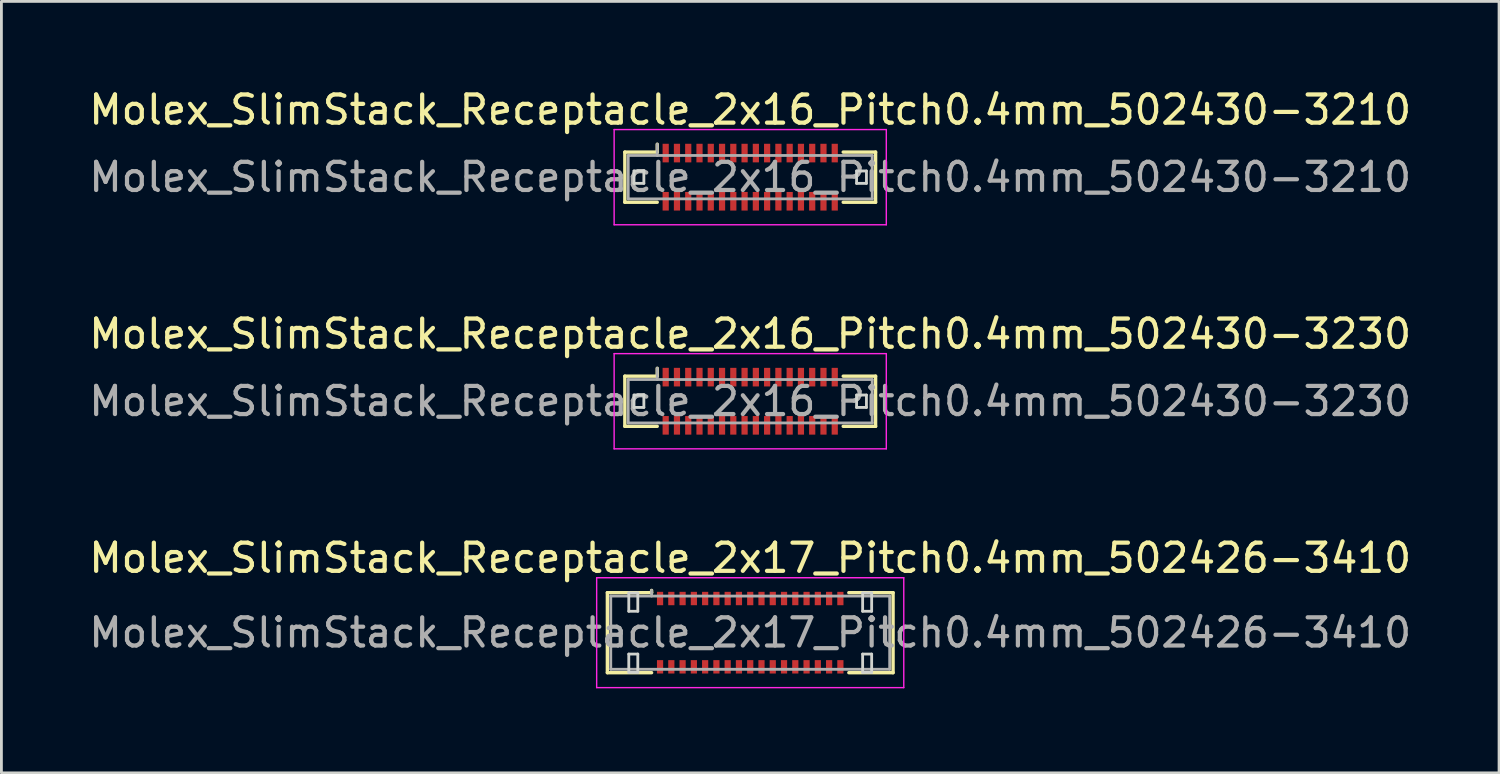
<source format=kicad_pcb>
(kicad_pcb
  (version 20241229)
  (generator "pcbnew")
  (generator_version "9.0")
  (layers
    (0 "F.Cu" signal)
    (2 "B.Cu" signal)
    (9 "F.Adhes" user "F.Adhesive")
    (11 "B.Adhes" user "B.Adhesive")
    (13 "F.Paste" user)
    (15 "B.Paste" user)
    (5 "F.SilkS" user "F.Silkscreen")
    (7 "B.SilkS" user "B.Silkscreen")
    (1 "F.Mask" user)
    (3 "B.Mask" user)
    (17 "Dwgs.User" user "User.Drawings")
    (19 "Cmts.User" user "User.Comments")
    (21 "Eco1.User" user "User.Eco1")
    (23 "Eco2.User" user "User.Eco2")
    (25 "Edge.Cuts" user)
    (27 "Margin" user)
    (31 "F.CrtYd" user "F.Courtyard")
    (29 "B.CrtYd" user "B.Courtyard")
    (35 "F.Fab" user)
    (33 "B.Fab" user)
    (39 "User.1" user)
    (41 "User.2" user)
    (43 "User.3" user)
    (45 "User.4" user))
  (footprint "Molex_SlimStack_Receptacle_2x16_Pitch0.4mm_502430-3210"
    (layer "F.Cu")
    (at 23.577 3.238)
    (property "Reference" "Molex_SlimStack_Receptacle_2x16_Pitch0.4mm_502430-3210" (at 0 -2.39 0) (layer "F.SilkS") (effects (font (size 1 1) (thickness 0.15))))
    (attr smd)
    (fp_line (start -4.45 -0.89) (end -3.3 -0.89) (stroke (width 0.12) (type solid)) (layer "F.SilkS"))
    (fp_line (start -4.45 0.89) (end -4.45 -0.89) (stroke (width 0.12) (type solid)) (layer "F.SilkS"))
    (fp_line (start -3.3 -0.89) (end -3.3 -1.17) (stroke (width 0.12) (type solid)) (layer "F.SilkS"))
    (fp_line (start -3.3 0.89) (end -4.45 0.89) (stroke (width 0.12) (type solid)) (layer "F.SilkS"))
    (fp_line (start 3.3 0.89) (end 4.45 0.89) (stroke (width 0.12) (type solid)) (layer "F.SilkS"))
    (fp_line (start 4.45 -0.89) (end 3.3 -0.89) (stroke (width 0.12) (type solid)) (layer "F.SilkS"))
    (fp_line (start 4.45 0.89) (end 4.45 -0.89) (stroke (width 0.12) (type solid)) (layer "F.SilkS"))
    (fp_line (start -4.125 -0.22) (end -4.125 0.22) (stroke (width 0.1) (type solid)) (layer "Edge.Cuts"))
    (fp_line (start -4.125 0.22) (end -3.775 0.22) (stroke (width 0.1) (type solid)) (layer "Edge.Cuts"))
    (fp_line (start -3.775 -0.22) (end -4.125 -0.22) (stroke (width 0.1) (type solid)) (layer "Edge.Cuts"))
    (fp_line (start -3.775 0.22) (end -3.775 -0.22) (stroke (width 0.1) (type solid)) (layer "Edge.Cuts"))
    (fp_line (start 3.775 -0.22) (end 3.775 0.22) (stroke (width 0.1) (type solid)) (layer "Edge.Cuts"))
    (fp_line (start 3.775 0.22) (end 4.125 0.22) (stroke (width 0.1) (type solid)) (layer "Edge.Cuts"))
    (fp_line (start 4.125 -0.22) (end 3.775 -0.22) (stroke (width 0.1) (type solid)) (layer "Edge.Cuts"))
    (fp_line (start 4.125 0.22) (end 4.125 -0.22) (stroke (width 0.1) (type solid)) (layer "Edge.Cuts"))
    (fp_line (start -4.83 -1.69) (end -4.83 1.69) (stroke (width 0.05) (type solid)) (layer "F.CrtYd"))
    (fp_line (start -4.83 1.69) (end 4.83 1.69) (stroke (width 0.05) (type solid)) (layer "F.CrtYd"))
    (fp_line (start 4.83 -1.69) (end -4.83 -1.69) (stroke (width 0.05) (type solid)) (layer "F.CrtYd"))
    (fp_line (start 4.83 1.69) (end 4.83 -1.69) (stroke (width 0.05) (type solid)) (layer "F.CrtYd"))
    (fp_line (start -4.33 -0.77) (end -4.33 0.77) (stroke (width 0.1) (type solid)) (layer "F.Fab"))
    (fp_line (start -4.33 0.77) (end 4.33 0.77) (stroke (width 0.1) (type solid)) (layer "F.Fab"))
    (fp_line (start -3.3 -0.77) (end -3.3 -1.17) (stroke (width 0.1) (type solid)) (layer "F.Fab"))
    (fp_line (start 4.33 -0.77) (end -4.33 -0.77) (stroke (width 0.1) (type solid)) (layer "F.Fab"))
    (fp_line (start 4.33 0.77) (end 4.33 -0.77) (stroke (width 0.1) (type solid)) (layer "F.Fab"))
    (fp_text user "${REFERENCE}" (at 0 0 0) (layer "F.Fab") (effects (font (size 1 1) (thickness 0.15))))
    (pad "1" smd rect (at -3 -0.855) (size 0.22 0.66) (layers "F.Cu" "F.Mask" "F.Paste"))
    (pad "2" smd rect (at -3 0.855) (size 0.22 0.66) (layers "F.Cu" "F.Mask" "F.Paste"))
    (pad "3" smd rect (at -2.6 -0.855) (size 0.22 0.66) (layers "F.Cu" "F.Mask" "F.Paste"))
    (pad "4" smd rect (at -2.6 0.855) (size 0.22 0.66) (layers "F.Cu" "F.Mask" "F.Paste"))
    (pad "5" smd rect (at -2.2 -0.855) (size 0.22 0.66) (layers "F.Cu" "F.Mask" "F.Paste"))
    (pad "6" smd rect (at -2.2 0.855) (size 0.22 0.66) (layers "F.Cu" "F.Mask" "F.Paste"))
    (pad "7" smd rect (at -1.8 -0.855) (size 0.22 0.66) (layers "F.Cu" "F.Mask" "F.Paste"))
    (pad "8" smd rect (at -1.8 0.855) (size 0.22 0.66) (layers "F.Cu" "F.Mask" "F.Paste"))
    (pad "9" smd rect (at -1.4 -0.855) (size 0.22 0.66) (layers "F.Cu" "F.Mask" "F.Paste"))
    (pad "10" smd rect (at -1.4 0.855) (size 0.22 0.66) (layers "F.Cu" "F.Mask" "F.Paste"))
    (pad "11" smd rect (at -1 -0.855) (size 0.22 0.66) (layers "F.Cu" "F.Mask" "F.Paste"))
    (pad "12" smd rect (at -1 0.855) (size 0.22 0.66) (layers "F.Cu" "F.Mask" "F.Paste"))
    (pad "13" smd rect (at -0.6 -0.855) (size 0.22 0.66) (layers "F.Cu" "F.Mask" "F.Paste"))
    (pad "14" smd rect (at -0.6 0.855) (size 0.22 0.66) (layers "F.Cu" "F.Mask" "F.Paste"))
    (pad "15" smd rect (at -0.2 -0.855) (size 0.22 0.66) (layers "F.Cu" "F.Mask" "F.Paste"))
    (pad "16" smd rect (at -0.2 0.855) (size 0.22 0.66) (layers "F.Cu" "F.Mask" "F.Paste"))
    (pad "17" smd rect (at 0.2 -0.855) (size 0.22 0.66) (layers "F.Cu" "F.Mask" "F.Paste"))
    (pad "18" smd rect (at 0.2 0.855) (size 0.22 0.66) (layers "F.Cu" "F.Mask" "F.Paste"))
    (pad "19" smd rect (at 0.6 -0.855) (size 0.22 0.66) (layers "F.Cu" "F.Mask" "F.Paste"))
    (pad "20" smd rect (at 0.6 0.855) (size 0.22 0.66) (layers "F.Cu" "F.Mask" "F.Paste"))
    (pad "21" smd rect (at 1 -0.855) (size 0.22 0.66) (layers "F.Cu" "F.Mask" "F.Paste"))
    (pad "22" smd rect (at 1 0.855) (size 0.22 0.66) (layers "F.Cu" "F.Mask" "F.Paste"))
    (pad "23" smd rect (at 1.4 -0.855) (size 0.22 0.66) (layers "F.Cu" "F.Mask" "F.Paste"))
    (pad "24" smd rect (at 1.4 0.855) (size 0.22 0.66) (layers "F.Cu" "F.Mask" "F.Paste"))
    (pad "25" smd rect (at 1.8 -0.855) (size 0.22 0.66) (layers "F.Cu" "F.Mask" "F.Paste"))
    (pad "26" smd rect (at 1.8 0.855) (size 0.22 0.66) (layers "F.Cu" "F.Mask" "F.Paste"))
    (pad "27" smd rect (at 2.2 -0.855) (size 0.22 0.66) (layers "F.Cu" "F.Mask" "F.Paste"))
    (pad "28" smd rect (at 2.2 0.855) (size 0.22 0.66) (layers "F.Cu" "F.Mask" "F.Paste"))
    (pad "29" smd rect (at 2.6 -0.855) (size 0.22 0.66) (layers "F.Cu" "F.Mask" "F.Paste"))
    (pad "30" smd rect (at 2.6 0.855) (size 0.22 0.66) (layers "F.Cu" "F.Mask" "F.Paste"))
    (pad "31" smd rect (at 3 -0.855) (size 0.22 0.66) (layers "F.Cu" "F.Mask" "F.Paste"))
    (pad "32" smd rect (at 3 0.855) (size 0.22 0.66) (layers "F.Cu" "F.Mask" "F.Paste")))
  (footprint "Molex_SlimStack_Receptacle_2x17_Pitch0.4mm_502426-3410"
    (layer "F.Cu")
    (at 23.577 19.405)
    (property "Reference" "Molex_SlimStack_Receptacle_2x17_Pitch0.4mm_502426-3410" (at 0 -2.65 0) (layer "F.SilkS") (effects (font (size 1 1) (thickness 0.15))))
    (attr smd)
    (fp_line (start -5.07 -1.42) (end -3.5 -1.42) (stroke (width 0.12) (type solid)) (layer "F.SilkS"))
    (fp_line (start -5.07 1.42) (end -5.07 -1.42) (stroke (width 0.12) (type solid)) (layer "F.SilkS"))
    (fp_line (start -3.5 -1.42) (end -3.5 -1.5) (stroke (width 0.12) (type solid)) (layer "F.SilkS"))
    (fp_line (start -3.5 1.42) (end -5.07 1.42) (stroke (width 0.12) (type solid)) (layer "F.SilkS"))
    (fp_line (start 3.5 1.42) (end 5.07 1.42) (stroke (width 0.12) (type solid)) (layer "F.SilkS"))
    (fp_line (start 5.07 -1.42) (end 3.5 -1.42) (stroke (width 0.12) (type solid)) (layer "F.SilkS"))
    (fp_line (start 5.07 1.42) (end 5.07 -1.42) (stroke (width 0.12) (type solid)) (layer "F.SilkS"))
    (fp_line (start -4.31 -1.41) (end -4.31 -0.76) (stroke (width 0.1) (type solid)) (layer "Edge.Cuts"))
    (fp_line (start -4.31 -0.76) (end -3.99 -0.76) (stroke (width 0.1) (type solid)) (layer "Edge.Cuts"))
    (fp_line (start -4.31 0.76) (end -4.31 1.41) (stroke (width 0.1) (type solid)) (layer "Edge.Cuts"))
    (fp_line (start -4.31 1.41) (end -3.99 1.41) (stroke (width 0.1) (type solid)) (layer "Edge.Cuts"))
    (fp_line (start -3.99 -1.41) (end -4.31 -1.41) (stroke (width 0.1) (type solid)) (layer "Edge.Cuts"))
    (fp_line (start -3.99 -0.76) (end -3.99 -1.41) (stroke (width 0.1) (type solid)) (layer "Edge.Cuts"))
    (fp_line (start -3.99 0.76) (end -4.31 0.76) (stroke (width 0.1) (type solid)) (layer "Edge.Cuts"))
    (fp_line (start -3.99 1.41) (end -3.99 0.76) (stroke (width 0.1) (type solid)) (layer "Edge.Cuts"))
    (fp_line (start 3.99 -1.41) (end 3.99 -0.76) (stroke (width 0.1) (type solid)) (layer "Edge.Cuts"))
    (fp_line (start 3.99 -0.76) (end 4.31 -0.76) (stroke (width 0.1) (type solid)) (layer "Edge.Cuts"))
    (fp_line (start 3.99 0.76) (end 3.99 1.41) (stroke (width 0.1) (type solid)) (layer "Edge.Cuts"))
    (fp_line (start 3.99 1.41) (end 4.31 1.41) (stroke (width 0.1) (type solid)) (layer "Edge.Cuts"))
    (fp_line (start 4.31 -1.41) (end 3.99 -1.41) (stroke (width 0.1) (type solid)) (layer "Edge.Cuts"))
    (fp_line (start 4.31 -0.76) (end 4.31 -1.41) (stroke (width 0.1) (type solid)) (layer "Edge.Cuts"))
    (fp_line (start 4.31 0.76) (end 3.99 0.76) (stroke (width 0.1) (type solid)) (layer "Edge.Cuts"))
    (fp_line (start 4.31 1.41) (end 4.31 0.76) (stroke (width 0.1) (type solid)) (layer "Edge.Cuts"))
    (fp_line (start -5.45 -1.95) (end -5.45 1.95) (stroke (width 0.05) (type solid)) (layer "F.CrtYd"))
    (fp_line (start -5.45 1.95) (end 5.45 1.95) (stroke (width 0.05) (type solid)) (layer "F.CrtYd"))
    (fp_line (start 5.45 -1.95) (end -5.45 -1.95) (stroke (width 0.05) (type solid)) (layer "F.CrtYd"))
    (fp_line (start 5.45 1.95) (end 5.45 -1.95) (stroke (width 0.05) (type solid)) (layer "F.CrtYd"))
    (fp_line (start -4.95 -1.3) (end -4.95 1.3) (stroke (width 0.1) (type solid)) (layer "F.Fab"))
    (fp_line (start -4.95 1.3) (end 4.95 1.3) (stroke (width 0.1) (type solid)) (layer "F.Fab"))
    (fp_line (start -3.5 -1.3) (end -3.5 -1.5) (stroke (width 0.1) (type solid)) (layer "F.Fab"))
    (fp_line (start 4.95 -1.3) (end -4.95 -1.3) (stroke (width 0.1) (type solid)) (layer "F.Fab"))
    (fp_line (start 4.95 1.3) (end 4.95 -1.3) (stroke (width 0.1) (type solid)) (layer "F.Fab"))
    (fp_text user "${REFERENCE}" (at 0 0 0) (layer "F.Fab") (effects (font (size 1 1) (thickness 0.15))))
    (pad "1" smd rect (at -3.2 -1.212) (size 0.22 0.475) (layers "F.Cu" "F.Mask" "F.Paste"))
    (pad "2" smd rect (at -3.2 1.212) (size 0.22 0.475) (layers "F.Cu" "F.Mask" "F.Paste"))
    (pad "3" smd rect (at -2.8 -1.212) (size 0.22 0.475) (layers "F.Cu" "F.Mask" "F.Paste"))
    (pad "4" smd rect (at -2.8 1.212) (size 0.22 0.475) (layers "F.Cu" "F.Mask" "F.Paste"))
    (pad "5" smd rect (at -2.4 -1.212) (size 0.22 0.475) (layers "F.Cu" "F.Mask" "F.Paste"))
    (pad "6" smd rect (at -2.4 1.212) (size 0.22 0.475) (layers "F.Cu" "F.Mask" "F.Paste"))
    (pad "7" smd rect (at -2 -1.212) (size 0.22 0.475) (layers "F.Cu" "F.Mask" "F.Paste"))
    (pad "8" smd rect (at -2 1.212) (size 0.22 0.475) (layers "F.Cu" "F.Mask" "F.Paste"))
    (pad "9" smd rect (at -1.6 -1.212) (size 0.22 0.475) (layers "F.Cu" "F.Mask" "F.Paste"))
    (pad "10" smd rect (at -1.6 1.212) (size 0.22 0.475) (layers "F.Cu" "F.Mask" "F.Paste"))
    (pad "11" smd rect (at -1.2 -1.212) (size 0.22 0.475) (layers "F.Cu" "F.Mask" "F.Paste"))
    (pad "12" smd rect (at -1.2 1.212) (size 0.22 0.475) (layers "F.Cu" "F.Mask" "F.Paste"))
    (pad "13" smd rect (at -0.8 -1.212) (size 0.22 0.475) (layers "F.Cu" "F.Mask" "F.Paste"))
    (pad "14" smd rect (at -0.8 1.212) (size 0.22 0.475) (layers "F.Cu" "F.Mask" "F.Paste"))
    (pad "15" smd rect (at -0.4 -1.212) (size 0.22 0.475) (layers "F.Cu" "F.Mask" "F.Paste"))
    (pad "16" smd rect (at -0.4 1.212) (size 0.22 0.475) (layers "F.Cu" "F.Mask" "F.Paste"))
    (pad "17" smd rect (at 0 -1.212) (size 0.22 0.475) (layers "F.Cu" "F.Mask" "F.Paste"))
    (pad "18" smd rect (at 0 1.212) (size 0.22 0.475) (layers "F.Cu" "F.Mask" "F.Paste"))
    (pad "19" smd rect (at 0.4 -1.212) (size 0.22 0.475) (layers "F.Cu" "F.Mask" "F.Paste"))
    (pad "20" smd rect (at 0.4 1.212) (size 0.22 0.475) (layers "F.Cu" "F.Mask" "F.Paste"))
    (pad "21" smd rect (at 0.8 -1.212) (size 0.22 0.475) (layers "F.Cu" "F.Mask" "F.Paste"))
    (pad "22" smd rect (at 0.8 1.212) (size 0.22 0.475) (layers "F.Cu" "F.Mask" "F.Paste"))
    (pad "23" smd rect (at 1.2 -1.212) (size 0.22 0.475) (layers "F.Cu" "F.Mask" "F.Paste"))
    (pad "24" smd rect (at 1.2 1.212) (size 0.22 0.475) (layers "F.Cu" "F.Mask" "F.Paste"))
    (pad "25" smd rect (at 1.6 -1.212) (size 0.22 0.475) (layers "F.Cu" "F.Mask" "F.Paste"))
    (pad "26" smd rect (at 1.6 1.212) (size 0.22 0.475) (layers "F.Cu" "F.Mask" "F.Paste"))
    (pad "27" smd rect (at 2 -1.212) (size 0.22 0.475) (layers "F.Cu" "F.Mask" "F.Paste"))
    (pad "28" smd rect (at 2 1.212) (size 0.22 0.475) (layers "F.Cu" "F.Mask" "F.Paste"))
    (pad "29" smd rect (at 2.4 -1.212) (size 0.22 0.475) (layers "F.Cu" "F.Mask" "F.Paste"))
    (pad "30" smd rect (at 2.4 1.212) (size 0.22 0.475) (layers "F.Cu" "F.Mask" "F.Paste"))
    (pad "31" smd rect (at 2.8 -1.212) (size 0.22 0.475) (layers "F.Cu" "F.Mask" "F.Paste"))
    (pad "32" smd rect (at 2.8 1.212) (size 0.22 0.475) (layers "F.Cu" "F.Mask" "F.Paste"))
    (pad "33" smd rect (at 3.2 -1.212) (size 0.22 0.475) (layers "F.Cu" "F.Mask" "F.Paste"))
    (pad "34" smd rect (at 3.2 1.212) (size 0.22 0.475) (layers "F.Cu" "F.Mask" "F.Paste")))
  (footprint "Molex_SlimStack_Receptacle_2x16_Pitch0.4mm_502430-3230"
    (layer "F.Cu")
    (at 23.577 11.191)
    (property "Reference" "Molex_SlimStack_Receptacle_2x16_Pitch0.4mm_502430-3230" (at 0 -2.39 0) (layer "F.SilkS") (effects (font (size 1 1) (thickness 0.15))))
    (attr smd)
    (fp_line (start -4.45 -0.89) (end -3.3 -0.89) (stroke (width 0.12) (type solid)) (layer "F.SilkS"))
    (fp_line (start -4.45 0.89) (end -4.45 -0.89) (stroke (width 0.12) (type solid)) (layer "F.SilkS"))
    (fp_line (start -3.3 -0.89) (end -3.3 -1.17) (stroke (width 0.12) (type solid)) (layer "F.SilkS"))
    (fp_line (start -3.3 0.89) (end -4.45 0.89) (stroke (width 0.12) (type solid)) (layer "F.SilkS"))
    (fp_line (start 3.3 0.89) (end 4.45 0.89) (stroke (width 0.12) (type solid)) (layer "F.SilkS"))
    (fp_line (start 4.45 -0.89) (end 3.3 -0.89) (stroke (width 0.12) (type solid)) (layer "F.SilkS"))
    (fp_line (start 4.45 0.89) (end 4.45 -0.89) (stroke (width 0.12) (type solid)) (layer "F.SilkS"))
    (fp_line (start -4.125 -0.22) (end -4.125 0.22) (stroke (width 0.1) (type solid)) (layer "Edge.Cuts"))
    (fp_line (start -4.125 0.22) (end -3.775 0.22) (stroke (width 0.1) (type solid)) (layer "Edge.Cuts"))
    (fp_line (start -3.775 -0.22) (end -4.125 -0.22) (stroke (width 0.1) (type solid)) (layer "Edge.Cuts"))
    (fp_line (start -3.775 0.22) (end -3.775 -0.22) (stroke (width 0.1) (type solid)) (layer "Edge.Cuts"))
    (fp_line (start 3.775 -0.22) (end 3.775 0.22) (stroke (width 0.1) (type solid)) (layer "Edge.Cuts"))
    (fp_line (start 3.775 0.22) (end 4.125 0.22) (stroke (width 0.1) (type solid)) (layer "Edge.Cuts"))
    (fp_line (start 4.125 -0.22) (end 3.775 -0.22) (stroke (width 0.1) (type solid)) (layer "Edge.Cuts"))
    (fp_line (start 4.125 0.22) (end 4.125 -0.22) (stroke (width 0.1) (type solid)) (layer "Edge.Cuts"))
    (fp_line (start -4.83 -1.69) (end -4.83 1.69) (stroke (width 0.05) (type solid)) (layer "F.CrtYd"))
    (fp_line (start -4.83 1.69) (end 4.83 1.69) (stroke (width 0.05) (type solid)) (layer "F.CrtYd"))
    (fp_line (start 4.83 -1.69) (end -4.83 -1.69) (stroke (width 0.05) (type solid)) (layer "F.CrtYd"))
    (fp_line (start 4.83 1.69) (end 4.83 -1.69) (stroke (width 0.05) (type solid)) (layer "F.CrtYd"))
    (fp_line (start -4.33 -0.77) (end -4.33 0.77) (stroke (width 0.1) (type solid)) (layer "F.Fab"))
    (fp_line (start -4.33 0.77) (end 4.33 0.77) (stroke (width 0.1) (type solid)) (layer "F.Fab"))
    (fp_line (start -3.3 -0.77) (end -3.3 -1.17) (stroke (width 0.1) (type solid)) (layer "F.Fab"))
    (fp_line (start 4.33 -0.77) (end -4.33 -0.77) (stroke (width 0.1) (type solid)) (layer "F.Fab"))
    (fp_line (start 4.33 0.77) (end 4.33 -0.77) (stroke (width 0.1) (type solid)) (layer "F.Fab"))
    (fp_text user "${REFERENCE}" (at 0 0 0) (layer "F.Fab") (effects (font (size 1 1) (thickness 0.15))))
    (pad "1" smd rect (at -3 -0.855) (size 0.22 0.66) (layers "F.Cu" "F.Mask" "F.Paste"))
    (pad "2" smd rect (at -3 0.855) (size 0.22 0.66) (layers "F.Cu" "F.Mask" "F.Paste"))
    (pad "3" smd rect (at -2.6 -0.855) (size 0.22 0.66) (layers "F.Cu" "F.Mask" "F.Paste"))
    (pad "4" smd rect (at -2.6 0.855) (size 0.22 0.66) (layers "F.Cu" "F.Mask" "F.Paste"))
    (pad "5" smd rect (at -2.2 -0.855) (size 0.22 0.66) (layers "F.Cu" "F.Mask" "F.Paste"))
    (pad "6" smd rect (at -2.2 0.855) (size 0.22 0.66) (layers "F.Cu" "F.Mask" "F.Paste"))
    (pad "7" smd rect (at -1.8 -0.855) (size 0.22 0.66) (layers "F.Cu" "F.Mask" "F.Paste"))
    (pad "8" smd rect (at -1.8 0.855) (size 0.22 0.66) (layers "F.Cu" "F.Mask" "F.Paste"))
    (pad "9" smd rect (at -1.4 -0.855) (size 0.22 0.66) (layers "F.Cu" "F.Mask" "F.Paste"))
    (pad "10" smd rect (at -1.4 0.855) (size 0.22 0.66) (layers "F.Cu" "F.Mask" "F.Paste"))
    (pad "11" smd rect (at -1 -0.855) (size 0.22 0.66) (layers "F.Cu" "F.Mask" "F.Paste"))
    (pad "12" smd rect (at -1 0.855) (size 0.22 0.66) (layers "F.Cu" "F.Mask" "F.Paste"))
    (pad "13" smd rect (at -0.6 -0.855) (size 0.22 0.66) (layers "F.Cu" "F.Mask" "F.Paste"))
    (pad "14" smd rect (at -0.6 0.855) (size 0.22 0.66) (layers "F.Cu" "F.Mask" "F.Paste"))
    (pad "15" smd rect (at -0.2 -0.855) (size 0.22 0.66) (layers "F.Cu" "F.Mask" "F.Paste"))
    (pad "16" smd rect (at -0.2 0.855) (size 0.22 0.66) (layers "F.Cu" "F.Mask" "F.Paste"))
    (pad "17" smd rect (at 0.2 -0.855) (size 0.22 0.66) (layers "F.Cu" "F.Mask" "F.Paste"))
    (pad "18" smd rect (at 0.2 0.855) (size 0.22 0.66) (layers "F.Cu" "F.Mask" "F.Paste"))
    (pad "19" smd rect (at 0.6 -0.855) (size 0.22 0.66) (layers "F.Cu" "F.Mask" "F.Paste"))
    (pad "20" smd rect (at 0.6 0.855) (size 0.22 0.66) (layers "F.Cu" "F.Mask" "F.Paste"))
    (pad "21" smd rect (at 1 -0.855) (size 0.22 0.66) (layers "F.Cu" "F.Mask" "F.Paste"))
    (pad "22" smd rect (at 1 0.855) (size 0.22 0.66) (layers "F.Cu" "F.Mask" "F.Paste"))
    (pad "23" smd rect (at 1.4 -0.855) (size 0.22 0.66) (layers "F.Cu" "F.Mask" "F.Paste"))
    (pad "24" smd rect (at 1.4 0.855) (size 0.22 0.66) (layers "F.Cu" "F.Mask" "F.Paste"))
    (pad "25" smd rect (at 1.8 -0.855) (size 0.22 0.66) (layers "F.Cu" "F.Mask" "F.Paste"))
    (pad "26" smd rect (at 1.8 0.855) (size 0.22 0.66) (layers "F.Cu" "F.Mask" "F.Paste"))
    (pad "27" smd rect (at 2.2 -0.855) (size 0.22 0.66) (layers "F.Cu" "F.Mask" "F.Paste"))
    (pad "28" smd rect (at 2.2 0.855) (size 0.22 0.66) (layers "F.Cu" "F.Mask" "F.Paste"))
    (pad "29" smd rect (at 2.6 -0.855) (size 0.22 0.66) (layers "F.Cu" "F.Mask" "F.Paste"))
    (pad "30" smd rect (at 2.6 0.855) (size 0.22 0.66) (layers "F.Cu" "F.Mask" "F.Paste"))
    (pad "31" smd rect (at 3 -0.855) (size 0.22 0.66) (layers "F.Cu" "F.Mask" "F.Paste"))
    (pad "32" smd rect (at 3 0.855) (size 0.22 0.66) (layers "F.Cu" "F.Mask" "F.Paste")))
  (gr_rect
    (start -3 -3)
    (end 50.155 24.38)
    (stroke (width 0.1) (type default))
    (fill no)
    (layer "Edge.Cuts")))
</source>
